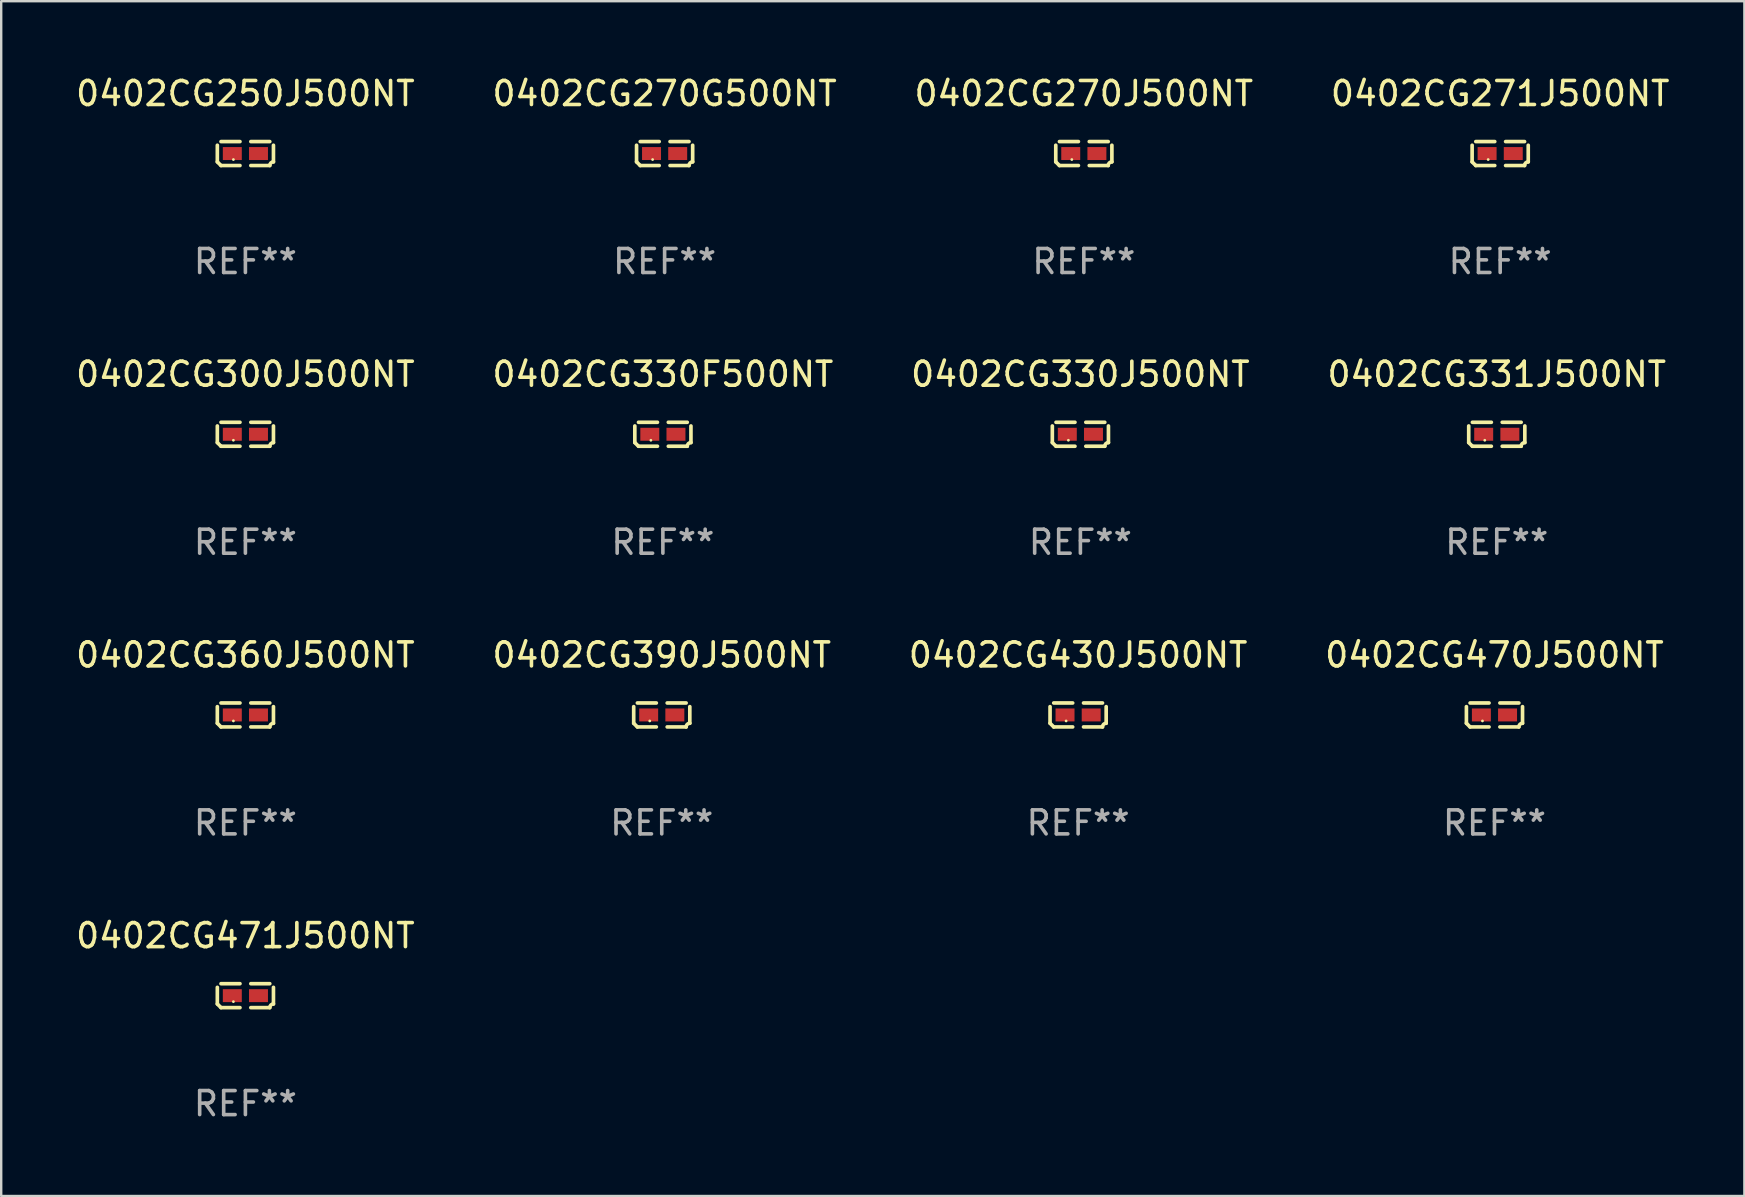
<source format=kicad_pcb>
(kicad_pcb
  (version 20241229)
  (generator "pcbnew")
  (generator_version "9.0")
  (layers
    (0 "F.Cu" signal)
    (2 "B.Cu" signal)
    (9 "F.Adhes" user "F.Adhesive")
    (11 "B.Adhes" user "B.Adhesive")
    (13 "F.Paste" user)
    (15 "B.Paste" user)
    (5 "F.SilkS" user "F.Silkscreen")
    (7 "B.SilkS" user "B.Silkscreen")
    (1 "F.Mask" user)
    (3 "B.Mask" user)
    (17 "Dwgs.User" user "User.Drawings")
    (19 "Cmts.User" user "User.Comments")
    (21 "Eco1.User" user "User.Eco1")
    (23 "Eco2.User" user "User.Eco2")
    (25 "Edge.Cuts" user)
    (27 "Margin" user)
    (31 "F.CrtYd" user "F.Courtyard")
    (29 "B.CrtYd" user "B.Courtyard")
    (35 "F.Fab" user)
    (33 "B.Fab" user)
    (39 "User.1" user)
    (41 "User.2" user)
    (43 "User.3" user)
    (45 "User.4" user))
  (footprint "0402CG470J500NT"
    (layer "F.Cu")
    (at 59.208 26.734)
    (property "Reference" "0402CG470J500NT" (at 0 -2.499 0) (layer "F.SilkS") (effects (font (size 1 1) (thickness 0.15))))
    (attr through_hole)
    (fp_line (start -1.169 0.346) (end -1.169 -0.346) (stroke (width 0.152) (type solid)) (layer "F.SilkS"))
    (fp_line (start -1.016 -0.499) (end -0.226 -0.499) (stroke (width 0.152) (type solid)) (layer "F.SilkS"))
    (fp_line (start -0.226 0.499) (end -1.016 0.499) (stroke (width 0.152) (type solid)) (layer "F.SilkS"))
    (fp_line (start 0.226 0.499) (end 1.016 0.499) (stroke (width 0.152) (type solid)) (layer "F.SilkS"))
    (fp_line (start 1.016 -0.499) (end 0.226 -0.499) (stroke (width 0.152) (type solid)) (layer "F.SilkS"))
    (fp_line (start 1.169 0.346) (end 1.169 -0.346) (stroke (width 0.152) (type solid)) (layer "F.SilkS"))
    (fp_arc (start -1.016307 0.498603) (mid -1.092512 0.422405) (end -1.16871 0.3462) (stroke (width 0.1524) (type solid)) (layer "F.SilkS"))
    (fp_arc (start 1.016307 0.498603) (mid 1.060899 0.390758) (end 1.168707 0.346076) (stroke (width 0.1524) (type solid)) (layer "F.SilkS"))
    (fp_circle (center -0.5 0.25) (end -0.47 0.25) (stroke (width 0.06) (type solid)) (fill no) (layer "F.SilkS"))
    (fp_text user "REF**" (at 0 4.499 0) (layer "F.Fab") (effects (font (size 1 1) (thickness 0.15))))
    (pad "1" smd rect (at -0.545 0) (size 0.79 0.54) (layers "F.Cu" "F.Mask" "F.Paste"))
    (pad "2" smd rect (at 0.545 0) (size 0.79 0.54) (layers "F.Cu" "F.Mask" "F.Paste")))
  (footprint "0402CG390J500NT"
    (layer "F.Cu")
    (at 24.518 26.734)
    (property "Reference" "0402CG390J500NT" (at 0 -2.499 0) (layer "F.SilkS") (effects (font (size 1 1) (thickness 0.15))))
    (attr through_hole)
    (fp_line (start -1.169 0.346) (end -1.169 -0.346) (stroke (width 0.152) (type solid)) (layer "F.SilkS"))
    (fp_line (start -1.016 -0.499) (end -0.226 -0.499) (stroke (width 0.152) (type solid)) (layer "F.SilkS"))
    (fp_line (start -0.226 0.499) (end -1.016 0.499) (stroke (width 0.152) (type solid)) (layer "F.SilkS"))
    (fp_line (start 0.226 0.499) (end 1.016 0.499) (stroke (width 0.152) (type solid)) (layer "F.SilkS"))
    (fp_line (start 1.016 -0.499) (end 0.226 -0.499) (stroke (width 0.152) (type solid)) (layer "F.SilkS"))
    (fp_line (start 1.169 0.346) (end 1.169 -0.346) (stroke (width 0.152) (type solid)) (layer "F.SilkS"))
    (fp_arc (start -1.016307 0.498603) (mid -1.092512 0.422405) (end -1.16871 0.3462) (stroke (width 0.1524) (type solid)) (layer "F.SilkS"))
    (fp_arc (start 1.016307 0.498603) (mid 1.060899 0.390758) (end 1.168707 0.346076) (stroke (width 0.1524) (type solid)) (layer "F.SilkS"))
    (fp_circle (center -0.5 0.25) (end -0.47 0.25) (stroke (width 0.06) (type solid)) (fill no) (layer "F.SilkS"))
    (fp_text user "REF**" (at 0 4.499 0) (layer "F.Fab") (effects (font (size 1 1) (thickness 0.15))))
    (pad "1" smd rect (at -0.545 0) (size 0.79 0.54) (layers "F.Cu" "F.Mask" "F.Paste"))
    (pad "2" smd rect (at 0.545 0) (size 0.79 0.54) (layers "F.Cu" "F.Mask" "F.Paste")))
  (footprint "0402CG271J500NT"
    (layer "F.Cu")
    (at 59.446 3.347)
    (property "Reference" "0402CG271J500NT" (at 0 -2.499 0) (layer "F.SilkS") (effects (font (size 1 1) (thickness 0.15))))
    (attr through_hole)
    (fp_line (start -1.169 0.346) (end -1.169 -0.346) (stroke (width 0.152) (type solid)) (layer "F.SilkS"))
    (fp_line (start -1.016 -0.499) (end -0.226 -0.499) (stroke (width 0.152) (type solid)) (layer "F.SilkS"))
    (fp_line (start -0.226 0.499) (end -1.016 0.499) (stroke (width 0.152) (type solid)) (layer "F.SilkS"))
    (fp_line (start 0.226 0.499) (end 1.016 0.499) (stroke (width 0.152) (type solid)) (layer "F.SilkS"))
    (fp_line (start 1.016 -0.499) (end 0.226 -0.499) (stroke (width 0.152) (type solid)) (layer "F.SilkS"))
    (fp_line (start 1.169 0.346) (end 1.169 -0.346) (stroke (width 0.152) (type solid)) (layer "F.SilkS"))
    (fp_arc (start -1.016307 0.498603) (mid -1.092512 0.422405) (end -1.16871 0.3462) (stroke (width 0.1524) (type solid)) (layer "F.SilkS"))
    (fp_arc (start 1.016307 0.498603) (mid 1.060899 0.390758) (end 1.168707 0.346076) (stroke (width 0.1524) (type solid)) (layer "F.SilkS"))
    (fp_circle (center -0.5 0.25) (end -0.47 0.25) (stroke (width 0.06) (type solid)) (fill no) (layer "F.SilkS"))
    (fp_text user "REF**" (at 0 4.499 0) (layer "F.Fab") (effects (font (size 1 1) (thickness 0.15))))
    (pad "1" smd rect (at -0.545 0) (size 0.79 0.54) (layers "F.Cu" "F.Mask" "F.Paste"))
    (pad "2" smd rect (at 0.545 0) (size 0.79 0.54) (layers "F.Cu" "F.Mask" "F.Paste")))
  (footprint "0402CG300J500NT"
    (layer "F.Cu")
    (at 7.173 15.041)
    (property "Reference" "0402CG300J500NT" (at 0 -2.499 0) (layer "F.SilkS") (effects (font (size 1 1) (thickness 0.15))))
    (attr through_hole)
    (fp_line (start -1.169 0.346) (end -1.169 -0.346) (stroke (width 0.152) (type solid)) (layer "F.SilkS"))
    (fp_line (start -1.016 -0.499) (end -0.226 -0.499) (stroke (width 0.152) (type solid)) (layer "F.SilkS"))
    (fp_line (start -0.226 0.499) (end -1.016 0.499) (stroke (width 0.152) (type solid)) (layer "F.SilkS"))
    (fp_line (start 0.226 0.499) (end 1.016 0.499) (stroke (width 0.152) (type solid)) (layer "F.SilkS"))
    (fp_line (start 1.016 -0.499) (end 0.226 -0.499) (stroke (width 0.152) (type solid)) (layer "F.SilkS"))
    (fp_line (start 1.169 0.346) (end 1.169 -0.346) (stroke (width 0.152) (type solid)) (layer "F.SilkS"))
    (fp_arc (start -1.016307 0.498603) (mid -1.092512 0.422405) (end -1.16871 0.3462) (stroke (width 0.1524) (type solid)) (layer "F.SilkS"))
    (fp_arc (start 1.016307 0.498603) (mid 1.060899 0.390758) (end 1.168707 0.346076) (stroke (width 0.1524) (type solid)) (layer "F.SilkS"))
    (fp_circle (center -0.5 0.25) (end -0.47 0.25) (stroke (width 0.06) (type solid)) (fill no) (layer "F.SilkS"))
    (fp_text user "REF**" (at 0 4.499 0) (layer "F.Fab") (effects (font (size 1 1) (thickness 0.15))))
    (pad "1" smd rect (at -0.545 0) (size 0.79 0.54) (layers "F.Cu" "F.Mask" "F.Paste"))
    (pad "2" smd rect (at 0.545 0) (size 0.79 0.54) (layers "F.Cu" "F.Mask" "F.Paste")))
  (footprint "0402CG330J500NT"
    (layer "F.Cu")
    (at 41.958 15.041)
    (property "Reference" "0402CG330J500NT" (at 0 -2.499 0) (layer "F.SilkS") (effects (font (size 1 1) (thickness 0.15))))
    (attr through_hole)
    (fp_line (start -1.169 0.346) (end -1.169 -0.346) (stroke (width 0.152) (type solid)) (layer "F.SilkS"))
    (fp_line (start -1.016 -0.499) (end -0.226 -0.499) (stroke (width 0.152) (type solid)) (layer "F.SilkS"))
    (fp_line (start -0.226 0.499) (end -1.016 0.499) (stroke (width 0.152) (type solid)) (layer "F.SilkS"))
    (fp_line (start 0.226 0.499) (end 1.016 0.499) (stroke (width 0.152) (type solid)) (layer "F.SilkS"))
    (fp_line (start 1.016 -0.499) (end 0.226 -0.499) (stroke (width 0.152) (type solid)) (layer "F.SilkS"))
    (fp_line (start 1.169 0.346) (end 1.169 -0.346) (stroke (width 0.152) (type solid)) (layer "F.SilkS"))
    (fp_arc (start -1.016307 0.498603) (mid -1.092512 0.422405) (end -1.16871 0.3462) (stroke (width 0.1524) (type solid)) (layer "F.SilkS"))
    (fp_arc (start 1.016307 0.498603) (mid 1.060899 0.390758) (end 1.168707 0.346076) (stroke (width 0.1524) (type solid)) (layer "F.SilkS"))
    (fp_circle (center -0.5 0.25) (end -0.47 0.25) (stroke (width 0.06) (type solid)) (fill no) (layer "F.SilkS"))
    (fp_text user "REF**" (at 0 4.499 0) (layer "F.Fab") (effects (font (size 1 1) (thickness 0.15))))
    (pad "1" smd rect (at -0.545 0) (size 0.79 0.54) (layers "F.Cu" "F.Mask" "F.Paste"))
    (pad "2" smd rect (at 0.545 0) (size 0.79 0.54) (layers "F.Cu" "F.Mask" "F.Paste")))
  (footprint "0402CG471J500NT"
    (layer "F.Cu")
    (at 7.173 38.428)
    (property "Reference" "0402CG471J500NT" (at 0 -2.499 0) (layer "F.SilkS") (effects (font (size 1 1) (thickness 0.15))))
    (attr through_hole)
    (fp_line (start -1.169 0.346) (end -1.169 -0.346) (stroke (width 0.152) (type solid)) (layer "F.SilkS"))
    (fp_line (start -1.016 -0.499) (end -0.226 -0.499) (stroke (width 0.152) (type solid)) (layer "F.SilkS"))
    (fp_line (start -0.226 0.499) (end -1.016 0.499) (stroke (width 0.152) (type solid)) (layer "F.SilkS"))
    (fp_line (start 0.226 0.499) (end 1.016 0.499) (stroke (width 0.152) (type solid)) (layer "F.SilkS"))
    (fp_line (start 1.016 -0.499) (end 0.226 -0.499) (stroke (width 0.152) (type solid)) (layer "F.SilkS"))
    (fp_line (start 1.169 0.346) (end 1.169 -0.346) (stroke (width 0.152) (type solid)) (layer "F.SilkS"))
    (fp_arc (start -1.016307 0.498603) (mid -1.092512 0.422405) (end -1.16871 0.3462) (stroke (width 0.1524) (type solid)) (layer "F.SilkS"))
    (fp_arc (start 1.016307 0.498603) (mid 1.060899 0.390758) (end 1.168707 0.346076) (stroke (width 0.1524) (type solid)) (layer "F.SilkS"))
    (fp_circle (center -0.5 0.25) (end -0.47 0.25) (stroke (width 0.06) (type solid)) (fill no) (layer "F.SilkS"))
    (fp_text user "REF**" (at 0 4.499 0) (layer "F.Fab") (effects (font (size 1 1) (thickness 0.15))))
    (pad "1" smd rect (at -0.545 0) (size 0.79 0.54) (layers "F.Cu" "F.Mask" "F.Paste"))
    (pad "2" smd rect (at 0.545 0) (size 0.79 0.54) (layers "F.Cu" "F.Mask" "F.Paste")))
  (footprint "0402CG331J500NT"
    (layer "F.Cu")
    (at 59.304 15.041)
    (property "Reference" "0402CG331J500NT" (at 0 -2.499 0) (layer "F.SilkS") (effects (font (size 1 1) (thickness 0.15))))
    (attr through_hole)
    (fp_line (start -1.169 0.346) (end -1.169 -0.346) (stroke (width 0.152) (type solid)) (layer "F.SilkS"))
    (fp_line (start -1.016 -0.499) (end -0.226 -0.499) (stroke (width 0.152) (type solid)) (layer "F.SilkS"))
    (fp_line (start -0.226 0.499) (end -1.016 0.499) (stroke (width 0.152) (type solid)) (layer "F.SilkS"))
    (fp_line (start 0.226 0.499) (end 1.016 0.499) (stroke (width 0.152) (type solid)) (layer "F.SilkS"))
    (fp_line (start 1.016 -0.499) (end 0.226 -0.499) (stroke (width 0.152) (type solid)) (layer "F.SilkS"))
    (fp_line (start 1.169 0.346) (end 1.169 -0.346) (stroke (width 0.152) (type solid)) (layer "F.SilkS"))
    (fp_arc (start -1.016307 0.498603) (mid -1.092512 0.422405) (end -1.16871 0.3462) (stroke (width 0.1524) (type solid)) (layer "F.SilkS"))
    (fp_arc (start 1.016307 0.498603) (mid 1.060899 0.390758) (end 1.168707 0.346076) (stroke (width 0.1524) (type solid)) (layer "F.SilkS"))
    (fp_circle (center -0.5 0.25) (end -0.47 0.25) (stroke (width 0.06) (type solid)) (fill no) (layer "F.SilkS"))
    (fp_text user "REF**" (at 0 4.499 0) (layer "F.Fab") (effects (font (size 1 1) (thickness 0.15))))
    (pad "1" smd rect (at -0.545 0) (size 0.79 0.54) (layers "F.Cu" "F.Mask" "F.Paste"))
    (pad "2" smd rect (at 0.545 0) (size 0.79 0.54) (layers "F.Cu" "F.Mask" "F.Paste")))
  (footprint "0402CG330F500NT"
    (layer "F.Cu")
    (at 24.565 15.041)
    (property "Reference" "0402CG330F500NT" (at 0 -2.499 0) (layer "F.SilkS") (effects (font (size 1 1) (thickness 0.15))))
    (attr through_hole)
    (fp_line (start -1.169 0.346) (end -1.169 -0.346) (stroke (width 0.152) (type solid)) (layer "F.SilkS"))
    (fp_line (start -1.016 -0.499) (end -0.226 -0.499) (stroke (width 0.152) (type solid)) (layer "F.SilkS"))
    (fp_line (start -0.226 0.499) (end -1.016 0.499) (stroke (width 0.152) (type solid)) (layer "F.SilkS"))
    (fp_line (start 0.226 0.499) (end 1.016 0.499) (stroke (width 0.152) (type solid)) (layer "F.SilkS"))
    (fp_line (start 1.016 -0.499) (end 0.226 -0.499) (stroke (width 0.152) (type solid)) (layer "F.SilkS"))
    (fp_line (start 1.169 0.346) (end 1.169 -0.346) (stroke (width 0.152) (type solid)) (layer "F.SilkS"))
    (fp_arc (start -1.016307 0.498603) (mid -1.092512 0.422405) (end -1.16871 0.3462) (stroke (width 0.1524) (type solid)) (layer "F.SilkS"))
    (fp_arc (start 1.016307 0.498603) (mid 1.060899 0.390758) (end 1.168707 0.346076) (stroke (width 0.1524) (type solid)) (layer "F.SilkS"))
    (fp_circle (center -0.5 0.25) (end -0.47 0.25) (stroke (width 0.06) (type solid)) (fill no) (layer "F.SilkS"))
    (fp_text user "REF**" (at 0 4.499 0) (layer "F.Fab") (effects (font (size 1 1) (thickness 0.15))))
    (pad "1" smd rect (at -0.545 0) (size 0.79 0.54) (layers "F.Cu" "F.Mask" "F.Paste"))
    (pad "2" smd rect (at 0.545 0) (size 0.79 0.54) (layers "F.Cu" "F.Mask" "F.Paste")))
  (footprint "0402CG250J500NT"
    (layer "F.Cu")
    (at 7.173 3.347)
    (property "Reference" "0402CG250J500NT" (at 0 -2.499 0) (layer "F.SilkS") (effects (font (size 1 1) (thickness 0.15))))
    (attr through_hole)
    (fp_line (start -1.169 0.346) (end -1.169 -0.346) (stroke (width 0.152) (type solid)) (layer "F.SilkS"))
    (fp_line (start -1.016 -0.499) (end -0.226 -0.499) (stroke (width 0.152) (type solid)) (layer "F.SilkS"))
    (fp_line (start -0.226 0.499) (end -1.016 0.499) (stroke (width 0.152) (type solid)) (layer "F.SilkS"))
    (fp_line (start 0.226 0.499) (end 1.016 0.499) (stroke (width 0.152) (type solid)) (layer "F.SilkS"))
    (fp_line (start 1.016 -0.499) (end 0.226 -0.499) (stroke (width 0.152) (type solid)) (layer "F.SilkS"))
    (fp_line (start 1.169 0.346) (end 1.169 -0.346) (stroke (width 0.152) (type solid)) (layer "F.SilkS"))
    (fp_arc (start -1.016307 0.498603) (mid -1.092512 0.422405) (end -1.16871 0.3462) (stroke (width 0.1524) (type solid)) (layer "F.SilkS"))
    (fp_arc (start 1.016307 0.498603) (mid 1.060899 0.390758) (end 1.168707 0.346076) (stroke (width 0.1524) (type solid)) (layer "F.SilkS"))
    (fp_circle (center -0.5 0.25) (end -0.47 0.25) (stroke (width 0.06) (type solid)) (fill no) (layer "F.SilkS"))
    (fp_text user "REF**" (at 0 4.499 0) (layer "F.Fab") (effects (font (size 1 1) (thickness 0.15))))
    (pad "1" smd rect (at -0.545 0) (size 0.79 0.54) (layers "F.Cu" "F.Mask" "F.Paste"))
    (pad "2" smd rect (at 0.545 0) (size 0.79 0.54) (layers "F.Cu" "F.Mask" "F.Paste")))
  (footprint "0402CG360J500NT"
    (layer "F.Cu")
    (at 7.173 26.734)
    (property "Reference" "0402CG360J500NT" (at 0 -2.499 0) (layer "F.SilkS") (effects (font (size 1 1) (thickness 0.15))))
    (attr through_hole)
    (fp_line (start -1.169 0.346) (end -1.169 -0.346) (stroke (width 0.152) (type solid)) (layer "F.SilkS"))
    (fp_line (start -1.016 -0.499) (end -0.226 -0.499) (stroke (width 0.152) (type solid)) (layer "F.SilkS"))
    (fp_line (start -0.226 0.499) (end -1.016 0.499) (stroke (width 0.152) (type solid)) (layer "F.SilkS"))
    (fp_line (start 0.226 0.499) (end 1.016 0.499) (stroke (width 0.152) (type solid)) (layer "F.SilkS"))
    (fp_line (start 1.016 -0.499) (end 0.226 -0.499) (stroke (width 0.152) (type solid)) (layer "F.SilkS"))
    (fp_line (start 1.169 0.346) (end 1.169 -0.346) (stroke (width 0.152) (type solid)) (layer "F.SilkS"))
    (fp_arc (start -1.016307 0.498603) (mid -1.092512 0.422405) (end -1.16871 0.3462) (stroke (width 0.1524) (type solid)) (layer "F.SilkS"))
    (fp_arc (start 1.016307 0.498603) (mid 1.060899 0.390758) (end 1.168707 0.346076) (stroke (width 0.1524) (type solid)) (layer "F.SilkS"))
    (fp_circle (center -0.5 0.25) (end -0.47 0.25) (stroke (width 0.06) (type solid)) (fill no) (layer "F.SilkS"))
    (fp_text user "REF**" (at 0 4.499 0) (layer "F.Fab") (effects (font (size 1 1) (thickness 0.15))))
    (pad "1" smd rect (at -0.545 0) (size 0.79 0.54) (layers "F.Cu" "F.Mask" "F.Paste"))
    (pad "2" smd rect (at 0.545 0) (size 0.79 0.54) (layers "F.Cu" "F.Mask" "F.Paste")))
  (footprint "0402CG270G500NT"
    (layer "F.Cu")
    (at 24.637 3.347)
    (property "Reference" "0402CG270G500NT" (at 0 -2.499 0) (layer "F.SilkS") (effects (font (size 1 1) (thickness 0.15))))
    (attr through_hole)
    (fp_line (start -1.169 0.346) (end -1.169 -0.346) (stroke (width 0.152) (type solid)) (layer "F.SilkS"))
    (fp_line (start -1.016 -0.499) (end -0.226 -0.499) (stroke (width 0.152) (type solid)) (layer "F.SilkS"))
    (fp_line (start -0.226 0.499) (end -1.016 0.499) (stroke (width 0.152) (type solid)) (layer "F.SilkS"))
    (fp_line (start 0.226 0.499) (end 1.016 0.499) (stroke (width 0.152) (type solid)) (layer "F.SilkS"))
    (fp_line (start 1.016 -0.499) (end 0.226 -0.499) (stroke (width 0.152) (type solid)) (layer "F.SilkS"))
    (fp_line (start 1.169 0.346) (end 1.169 -0.346) (stroke (width 0.152) (type solid)) (layer "F.SilkS"))
    (fp_arc (start -1.016307 0.498603) (mid -1.092512 0.422405) (end -1.16871 0.3462) (stroke (width 0.1524) (type solid)) (layer "F.SilkS"))
    (fp_arc (start 1.016307 0.498603) (mid 1.060899 0.390758) (end 1.168707 0.346076) (stroke (width 0.1524) (type solid)) (layer "F.SilkS"))
    (fp_circle (center -0.5 0.25) (end -0.47 0.25) (stroke (width 0.06) (type solid)) (fill no) (layer "F.SilkS"))
    (fp_text user "REF**" (at 0 4.499 0) (layer "F.Fab") (effects (font (size 1 1) (thickness 0.15))))
    (pad "1" smd rect (at -0.545 0) (size 0.79 0.54) (layers "F.Cu" "F.Mask" "F.Paste"))
    (pad "2" smd rect (at 0.545 0) (size 0.79 0.54) (layers "F.Cu" "F.Mask" "F.Paste")))
  (footprint "0402CG430J500NT"
    (layer "F.Cu")
    (at 41.863 26.734)
    (property "Reference" "0402CG430J500NT" (at 0 -2.499 0) (layer "F.SilkS") (effects (font (size 1 1) (thickness 0.15))))
    (attr through_hole)
    (fp_line (start -1.169 0.346) (end -1.169 -0.346) (stroke (width 0.152) (type solid)) (layer "F.SilkS"))
    (fp_line (start -1.016 -0.499) (end -0.226 -0.499) (stroke (width 0.152) (type solid)) (layer "F.SilkS"))
    (fp_line (start -0.226 0.499) (end -1.016 0.499) (stroke (width 0.152) (type solid)) (layer "F.SilkS"))
    (fp_line (start 0.226 0.499) (end 1.016 0.499) (stroke (width 0.152) (type solid)) (layer "F.SilkS"))
    (fp_line (start 1.016 -0.499) (end 0.226 -0.499) (stroke (width 0.152) (type solid)) (layer "F.SilkS"))
    (fp_line (start 1.169 0.346) (end 1.169 -0.346) (stroke (width 0.152) (type solid)) (layer "F.SilkS"))
    (fp_arc (start -1.016307 0.498603) (mid -1.092512 0.422405) (end -1.16871 0.3462) (stroke (width 0.1524) (type solid)) (layer "F.SilkS"))
    (fp_arc (start 1.016307 0.498603) (mid 1.060899 0.390758) (end 1.168707 0.346076) (stroke (width 0.1524) (type solid)) (layer "F.SilkS"))
    (fp_circle (center -0.5 0.25) (end -0.47 0.25) (stroke (width 0.06) (type solid)) (fill no) (layer "F.SilkS"))
    (fp_text user "REF**" (at 0 4.499 0) (layer "F.Fab") (effects (font (size 1 1) (thickness 0.15))))
    (pad "1" smd rect (at -0.545 0) (size 0.79 0.54) (layers "F.Cu" "F.Mask" "F.Paste"))
    (pad "2" smd rect (at 0.545 0) (size 0.79 0.54) (layers "F.Cu" "F.Mask" "F.Paste")))
  (footprint "0402CG270J500NT"
    (layer "F.Cu")
    (at 42.101 3.347)
    (property "Reference" "0402CG270J500NT" (at 0 -2.499 0) (layer "F.SilkS") (effects (font (size 1 1) (thickness 0.15))))
    (attr through_hole)
    (fp_line (start -1.169 0.346) (end -1.169 -0.346) (stroke (width 0.152) (type solid)) (layer "F.SilkS"))
    (fp_line (start -1.016 -0.499) (end -0.226 -0.499) (stroke (width 0.152) (type solid)) (layer "F.SilkS"))
    (fp_line (start -0.226 0.499) (end -1.016 0.499) (stroke (width 0.152) (type solid)) (layer "F.SilkS"))
    (fp_line (start 0.226 0.499) (end 1.016 0.499) (stroke (width 0.152) (type solid)) (layer "F.SilkS"))
    (fp_line (start 1.016 -0.499) (end 0.226 -0.499) (stroke (width 0.152) (type solid)) (layer "F.SilkS"))
    (fp_line (start 1.169 0.346) (end 1.169 -0.346) (stroke (width 0.152) (type solid)) (layer "F.SilkS"))
    (fp_arc (start -1.016307 0.498603) (mid -1.092512 0.422405) (end -1.16871 0.3462) (stroke (width 0.1524) (type solid)) (layer "F.SilkS"))
    (fp_arc (start 1.016307 0.498603) (mid 1.060899 0.390758) (end 1.168707 0.346076) (stroke (width 0.1524) (type solid)) (layer "F.SilkS"))
    (fp_circle (center -0.5 0.25) (end -0.47 0.25) (stroke (width 0.06) (type solid)) (fill no) (layer "F.SilkS"))
    (fp_text user "REF**" (at 0 4.499 0) (layer "F.Fab") (effects (font (size 1 1) (thickness 0.15))))
    (pad "1" smd rect (at -0.545 0) (size 0.79 0.54) (layers "F.Cu" "F.Mask" "F.Paste"))
    (pad "2" smd rect (at 0.545 0) (size 0.79 0.54) (layers "F.Cu" "F.Mask" "F.Paste")))
  (gr_rect
    (start -3 -3)
    (end 69.619 46.775)
    (stroke (width 0.1) (type default))
    (fill no)
    (layer "Edge.Cuts")))
</source>
